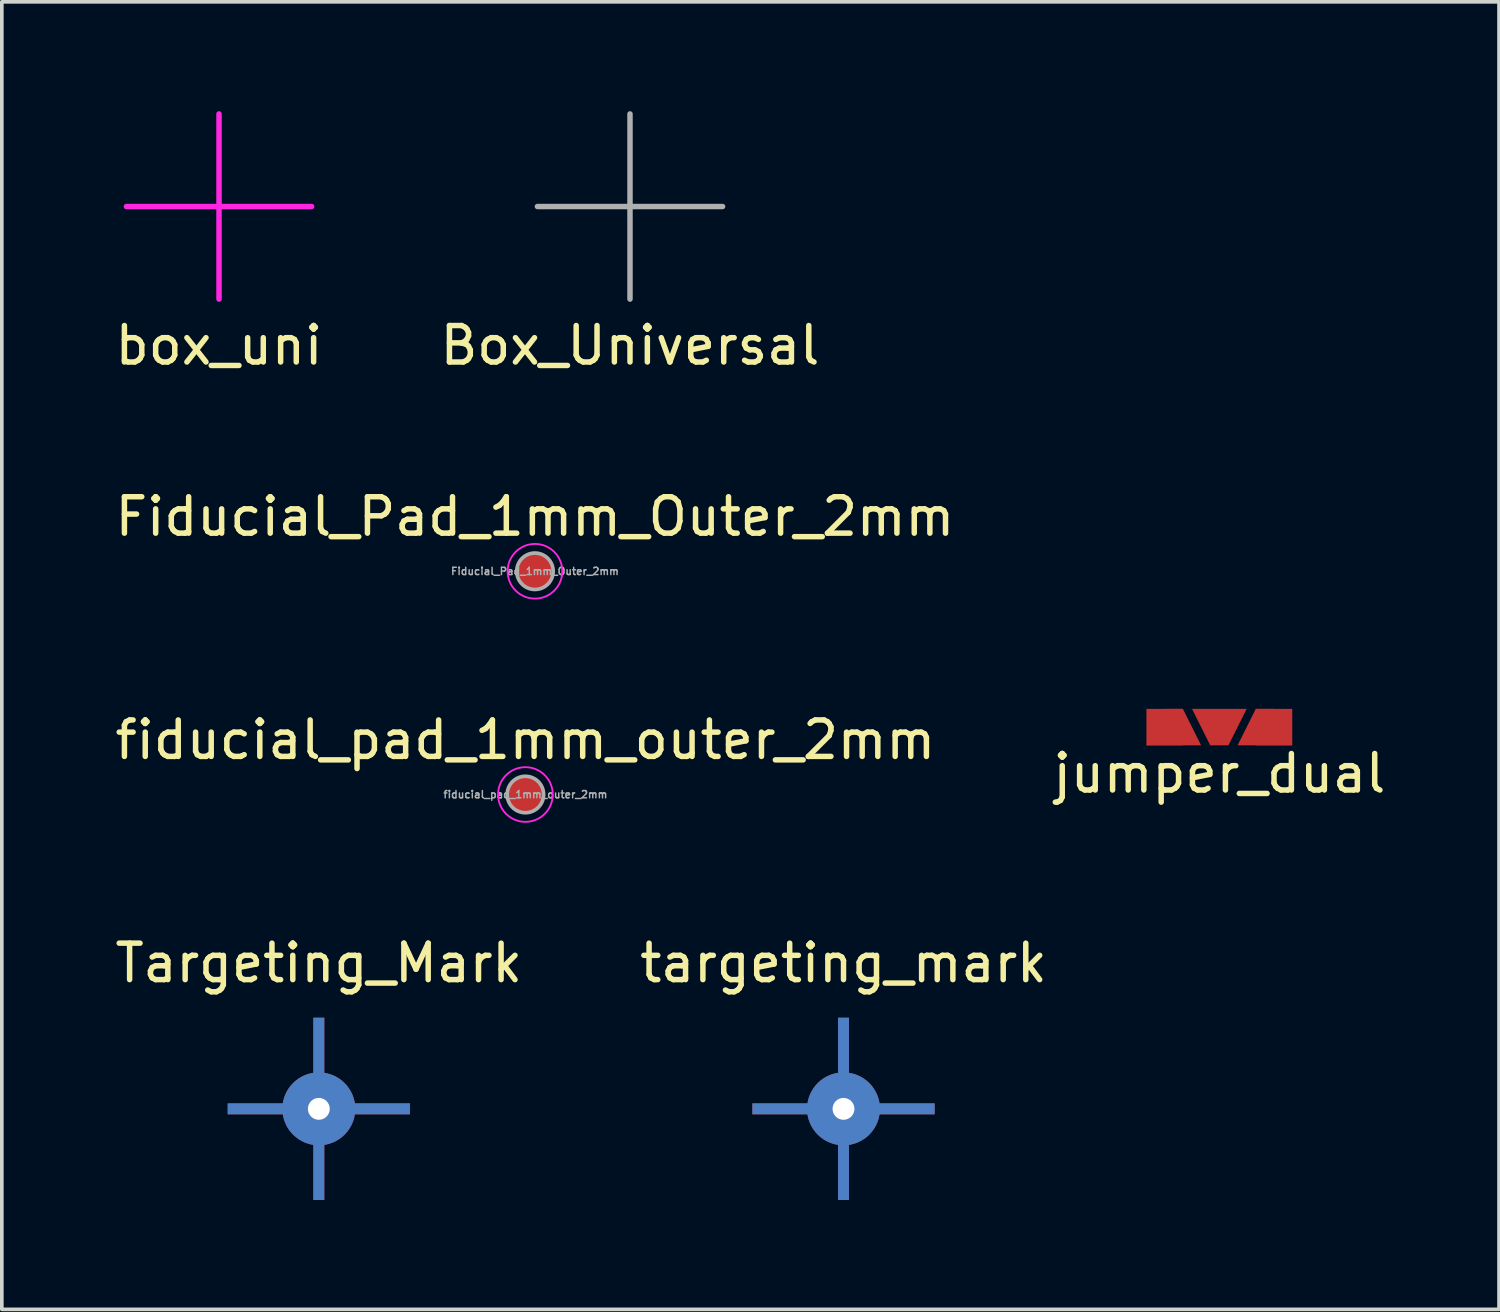
<source format=kicad_pcb>
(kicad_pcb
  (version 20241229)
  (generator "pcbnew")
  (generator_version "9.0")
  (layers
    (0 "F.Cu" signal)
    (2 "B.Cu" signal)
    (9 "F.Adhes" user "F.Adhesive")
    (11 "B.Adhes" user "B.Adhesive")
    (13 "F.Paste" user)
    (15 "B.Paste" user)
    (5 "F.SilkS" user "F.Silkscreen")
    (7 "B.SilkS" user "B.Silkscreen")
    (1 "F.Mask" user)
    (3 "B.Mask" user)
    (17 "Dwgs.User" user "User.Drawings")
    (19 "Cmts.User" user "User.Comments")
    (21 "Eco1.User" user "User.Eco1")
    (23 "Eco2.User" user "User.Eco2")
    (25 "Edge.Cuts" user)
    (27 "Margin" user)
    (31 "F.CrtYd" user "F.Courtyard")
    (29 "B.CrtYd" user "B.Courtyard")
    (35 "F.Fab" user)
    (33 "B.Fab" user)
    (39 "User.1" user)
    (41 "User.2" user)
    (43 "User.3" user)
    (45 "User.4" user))
  (footprint "jumper_dual"
    (layer "F.Cu")
    (at 30.399 16.896)
    (property "Reference" "jumper_dual" (at 0 1.27 0) (layer "F.SilkS") (effects (font (size 1 1) (thickness 0.15))))
    (attr through_hole)
    (pad "1" smd trapezoid (at -1.5 0) (size 1 1) (layers "F.Cu" "F.Mask" "F.Paste"))
    (pad "1" smd trapezoid (at -1.25 0) (size 1 1) (rect_delta 0 0.5) (layers "F.Cu" "F.Mask" "F.Paste"))
    (pad "2" smd trapezoid (at 0 0 180) (size 1 1) (rect_delta 0 0.5) (layers "F.Cu" "F.Mask" "F.Paste"))
    (pad "3" smd trapezoid (at 1.25 0) (size 1 1) (rect_delta 0 0.5) (layers "F.Cu" "F.Mask" "F.Paste"))
    (pad "3" smd trapezoid (at 1.5 0) (size 1 1) (layers "F.Cu" "F.Mask" "F.Paste")))
  (footprint "Fiducial_Pad_1mm_Outer_2mm"
    (layer "F.Cu")
    (at 11.625 12.621)
    (property "Reference" "Fiducial_Pad_1mm_Outer_2mm" (at 0 -1.5 0) (layer "F.SilkS") (effects (font (size 1 1) (thickness 0.15))))
    (attr exclude_from_pos_files exclude_from_bom)
    (fp_circle (center 0 0) (end 0.75 0) (stroke (width 0.05) (type solid)) (fill no) (layer "F.CrtYd"))
    (fp_circle (center 0 0) (end 0.5 0) (stroke (width 0.1) (type solid)) (fill no) (layer "F.Fab"))
    (fp_text user "${REFERENCE}" (at 0 0 0) (layer "F.Fab") (effects (font (size 0.2 0.2) (thickness 0.04))))
    (pad "~" smd circle (at 0 0) (size 1 1) (layers "F.Cu" "F.Mask")))
  (footprint "box_uni"
    (layer "F.Cu")
    (at 2.958 2.615)
    (property "Reference" "box_uni" (at 0 3.81 0) (layer "F.SilkS") (effects (font (size 1 1) (thickness 0.15))))
    (attr through_hole)
    (fp_line (start 0 2.54) (end 0 -2.54) (stroke (width 0.15) (type solid)) (layer "F.CrtYd"))
    (fp_line (start 2.54 0) (end -2.54 0) (stroke (width 0.15) (type solid)) (layer "F.CrtYd")))
  (footprint "Targeting_Mark"
    (layer "F.Cu")
    (at 5.696 27.368)
    (property "Reference" "Targeting_Mark" (at 0 -4 0) (layer "F.SilkS") (effects (font (size 1 1) (thickness 0.15))))
    (attr through_hole)
    (pad "1" smd rect (at 0 0) (size 0.3 5) (layers "F.Cu" "F.Mask"))
    (pad "1" smd rect (at 0 0 90) (size 0.3 5) (layers "F.Cu" "F.Mask"))
    (pad "1" smd rect (at 0 0) (size 0.3 5) (layers "B.Cu" "B.Mask"))
    (pad "1" smd rect (at 0 0 90) (size 0.3 5) (layers "B.Cu" "B.Mask"))
    (pad "1" thru_hole circle (at 0 0) (size 2 2) (drill 0.6) (layers "*.Cu" "*.Mask")))
  (footprint "targeting_mark"
    (layer "F.Cu")
    (at 20.089 27.368)
    (property "Reference" "targeting_mark" (at 0 -4 0) (layer "F.SilkS") (effects (font (size 1 1) (thickness 0.15))))
    (attr through_hole)
    (pad "1" smd rect (at 0 0 90) (size 0.3 5) (layers "F.Cu" "F.Mask"))
    (pad "1" smd rect (at 0 0) (size 0.3 5) (layers "F.Cu" "F.Mask"))
    (pad "1" smd rect (at 0 0) (size 0.3 5) (layers "B.Cu" "B.Mask"))
    (pad "1" smd rect (at 0 0 90) (size 0.3 5) (layers "B.Cu" "B.Mask"))
    (pad "1" thru_hole circle (at 0 0) (size 2 2) (drill 0.6) (layers "*.Cu" "*.Mask")))
  (footprint "Box_Universal"
    (layer "F.Cu")
    (at 14.232 2.615)
    (property "Reference" "Box_Universal" (at 0 3.81 0) (layer "F.SilkS") (effects (font (size 1 1) (thickness 0.15))))
    (attr exclude_from_pos_files exclude_from_bom)
    (fp_line (start 0 2.54) (end 0 -2.54) (stroke (width 0.15) (type solid)) (layer "F.Fab"))
    (fp_line (start 2.54 0) (end -2.54 0) (stroke (width 0.15) (type solid)) (layer "F.Fab")))
  (footprint "fiducial_pad_1mm_outer_2mm"
    (layer "F.Cu")
    (at 11.363 18.745)
    (property "Reference" "fiducial_pad_1mm_outer_2mm" (at 0 -1.5 0) (layer "F.SilkS") (effects (font (size 1 1) (thickness 0.15))))
    (attr exclude_from_pos_files exclude_from_bom)
    (fp_circle (center 0 0) (end 0.75 0) (stroke (width 0.05) (type solid)) (fill no) (layer "F.CrtYd"))
    (fp_circle (center 0 0) (end 0.5 0) (stroke (width 0.1) (type solid)) (fill no) (layer "F.Fab"))
    (fp_text user "${REFERENCE}" (at 0 0 0) (layer "F.Fab") (effects (font (size 0.2 0.2) (thickness 0.04))))
    (pad "~" smd circle (at 0 0) (size 1 1) (layers "F.Cu" "F.Mask")))
  (gr_rect
    (start -3 -3)
    (end 38.071 32.868)
    (stroke (width 0.1) (type default))
    (fill no)
    (layer "Edge.Cuts")))
</source>
